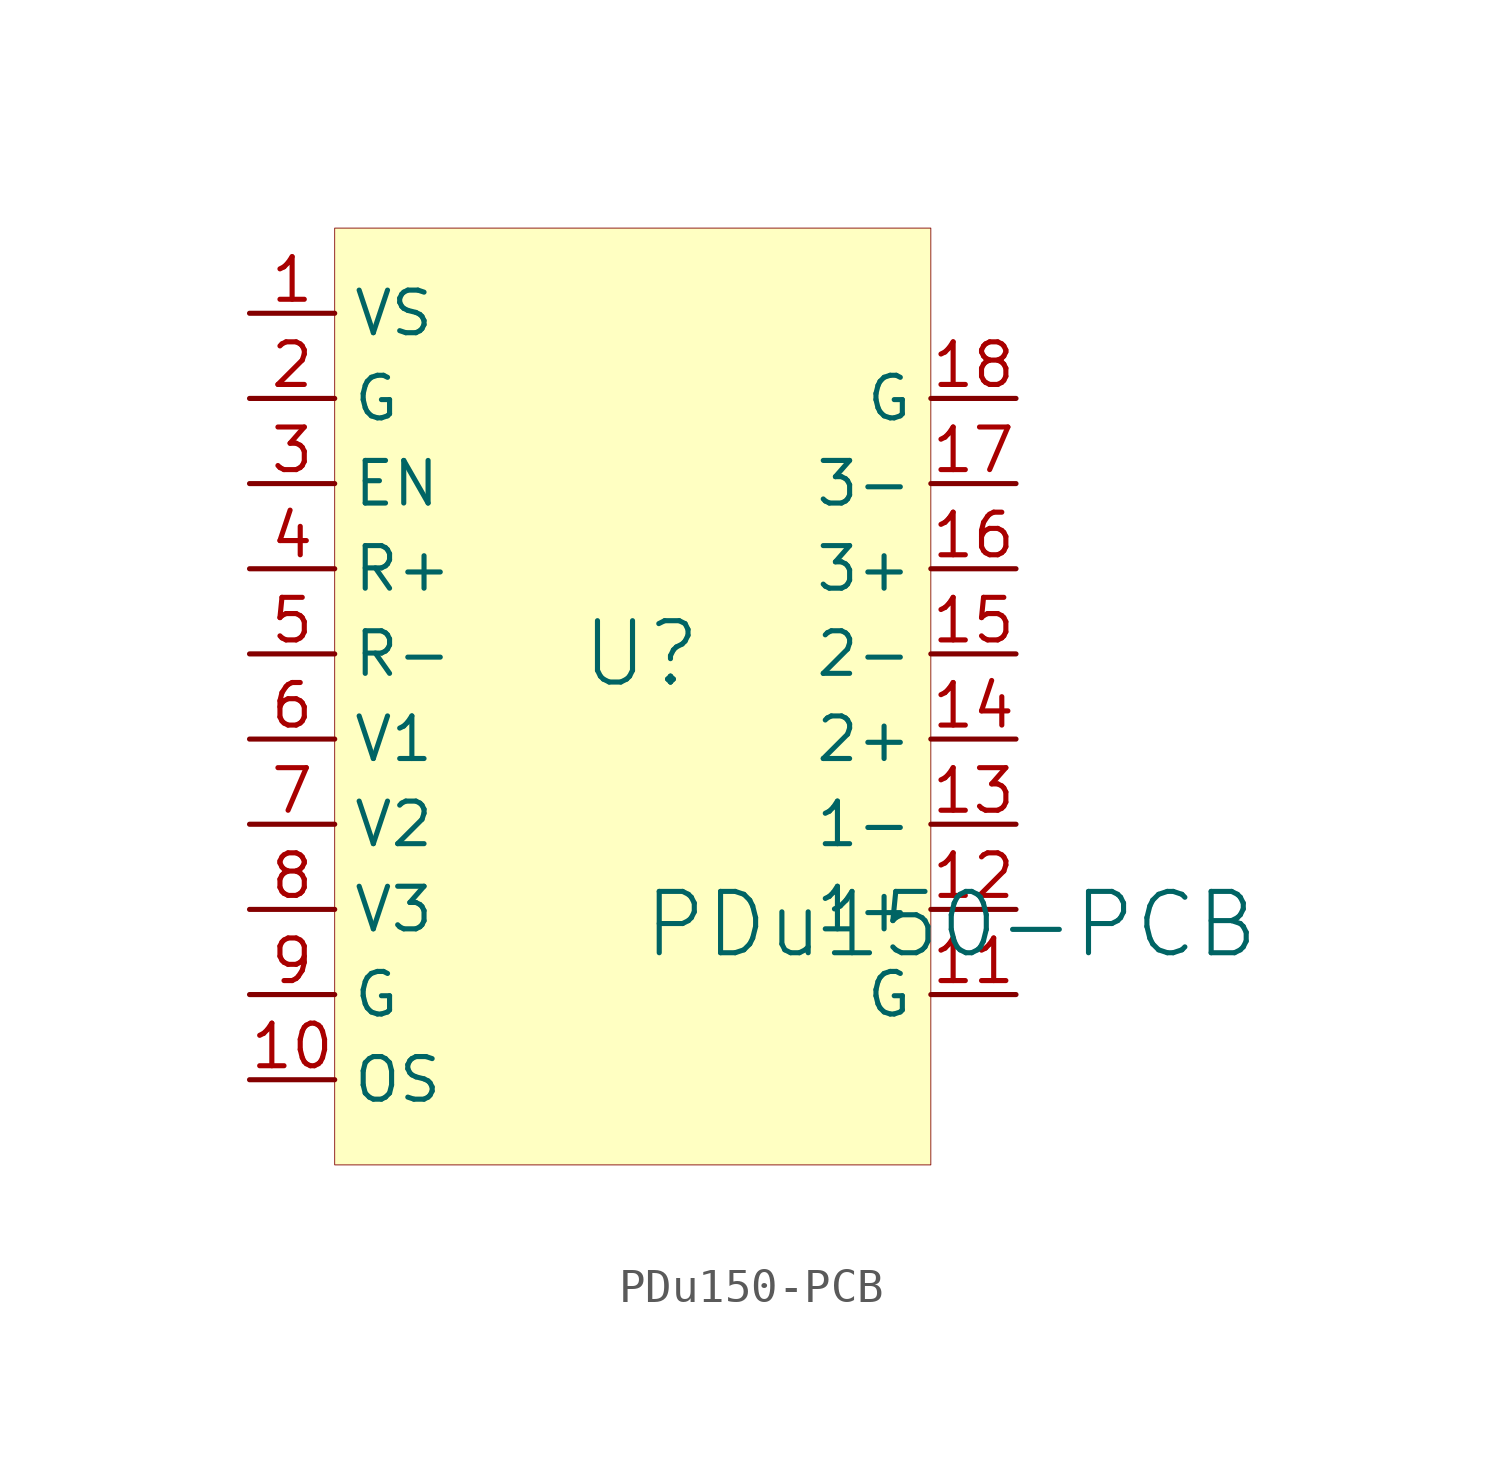
<source format=kicad_sym>
(kicad_symbol_lib
  (version 20241209)
  (generator "kicad_symbol_editor")
  (generator_version "9.0")
  (symbol "PDu150-PCB"
    (property "Reference" "U"
      (at 1.524 2.54 0)
      (effects (font (size 1.829 1.829))))
    (property "Value" "PDu150-PCB"
      (at 1.524 -6.604 0)
      (effects (font (size 1.829 1.829)) (justify left bottom)))
    (symbol "PDu150-PCB_1_0"
      (rectangle (start 10.16 15.24) (end -7.62 -12.7) (stroke (width 0.025) (type solid) (color 128 0 0 1)) (fill (type background)))
      (pin passive line (at -10.16 12.7 0) (length 2.54) (name "VS" (effects (font (size 1.27 1.27)))) (number "1" (effects (font (size 1.27 1.27)))))
      (pin passive line (at -10.16 10.16 0) (length 2.54) (name "G" (effects (font (size 1.27 1.27)))) (number "2" (effects (font (size 1.27 1.27)))))
      (pin passive line (at -10.16 7.62 0) (length 2.54) (name "EN" (effects (font (size 1.27 1.27)))) (number "3" (effects (font (size 1.27 1.27)))))
      (pin passive line (at -10.16 5.08 0) (length 2.54) (name "R+" (effects (font (size 1.27 1.27)))) (number "4" (effects (font (size 1.27 1.27)))))
      (pin passive line (at -10.16 2.54 0) (length 2.54) (name "R-" (effects (font (size 1.27 1.27)))) (number "5" (effects (font (size 1.27 1.27)))))
      (pin passive line (at -10.16 0 0) (length 2.54) (name "V1" (effects (font (size 1.27 1.27)))) (number "6" (effects (font (size 1.27 1.27)))))
      (pin passive line (at -10.16 -2.54 0) (length 2.54) (name "V2" (effects (font (size 1.27 1.27)))) (number "7" (effects (font (size 1.27 1.27)))))
      (pin passive line (at -10.16 -5.08 0) (length 2.54) (name "V3" (effects (font (size 1.27 1.27)))) (number "8" (effects (font (size 1.27 1.27)))))
      (pin passive line (at -10.16 -7.62 0) (length 2.54) (name "G" (effects (font (size 1.27 1.27)))) (number "9" (effects (font (size 1.27 1.27)))))
      (pin passive line (at -10.16 -10.16 0) (length 2.54) (name "OS" (effects (font (size 1.27 1.27)))) (number "10" (effects (font (size 1.27 1.27)))))
      (pin passive line (at 12.7 10.16 180) (length 2.54) (name "G" (effects (font (size 1.27 1.27)))) (number "18" (effects (font (size 1.27 1.27)))))
      (pin passive line (at 12.7 7.62 180) (length 2.54) (name "3-" (effects (font (size 1.27 1.27)))) (number "17" (effects (font (size 1.27 1.27)))))
      (pin passive line (at 12.7 5.08 180) (length 2.54) (name "3+" (effects (font (size 1.27 1.27)))) (number "16" (effects (font (size 1.27 1.27)))))
      (pin passive line (at 12.7 2.54 180) (length 2.54) (name "2-" (effects (font (size 1.27 1.27)))) (number "15" (effects (font (size 1.27 1.27)))))
      (pin passive line (at 12.7 0 180) (length 2.54) (name "2+" (effects (font (size 1.27 1.27)))) (number "14" (effects (font (size 1.27 1.27)))))
      (pin passive line (at 12.7 -2.54 180) (length 2.54) (name "1-" (effects (font (size 1.27 1.27)))) (number "13" (effects (font (size 1.27 1.27)))))
      (pin passive line (at 12.7 -5.08 180) (length 2.54) (name "1+" (effects (font (size 1.27 1.27)))) (number "12" (effects (font (size 1.27 1.27)))))
      (pin passive line (at 12.7 -7.62 180) (length 2.54) (name "G" (effects (font (size 1.27 1.27)))) (number "11" (effects (font (size 1.27 1.27))))))))
</source>
